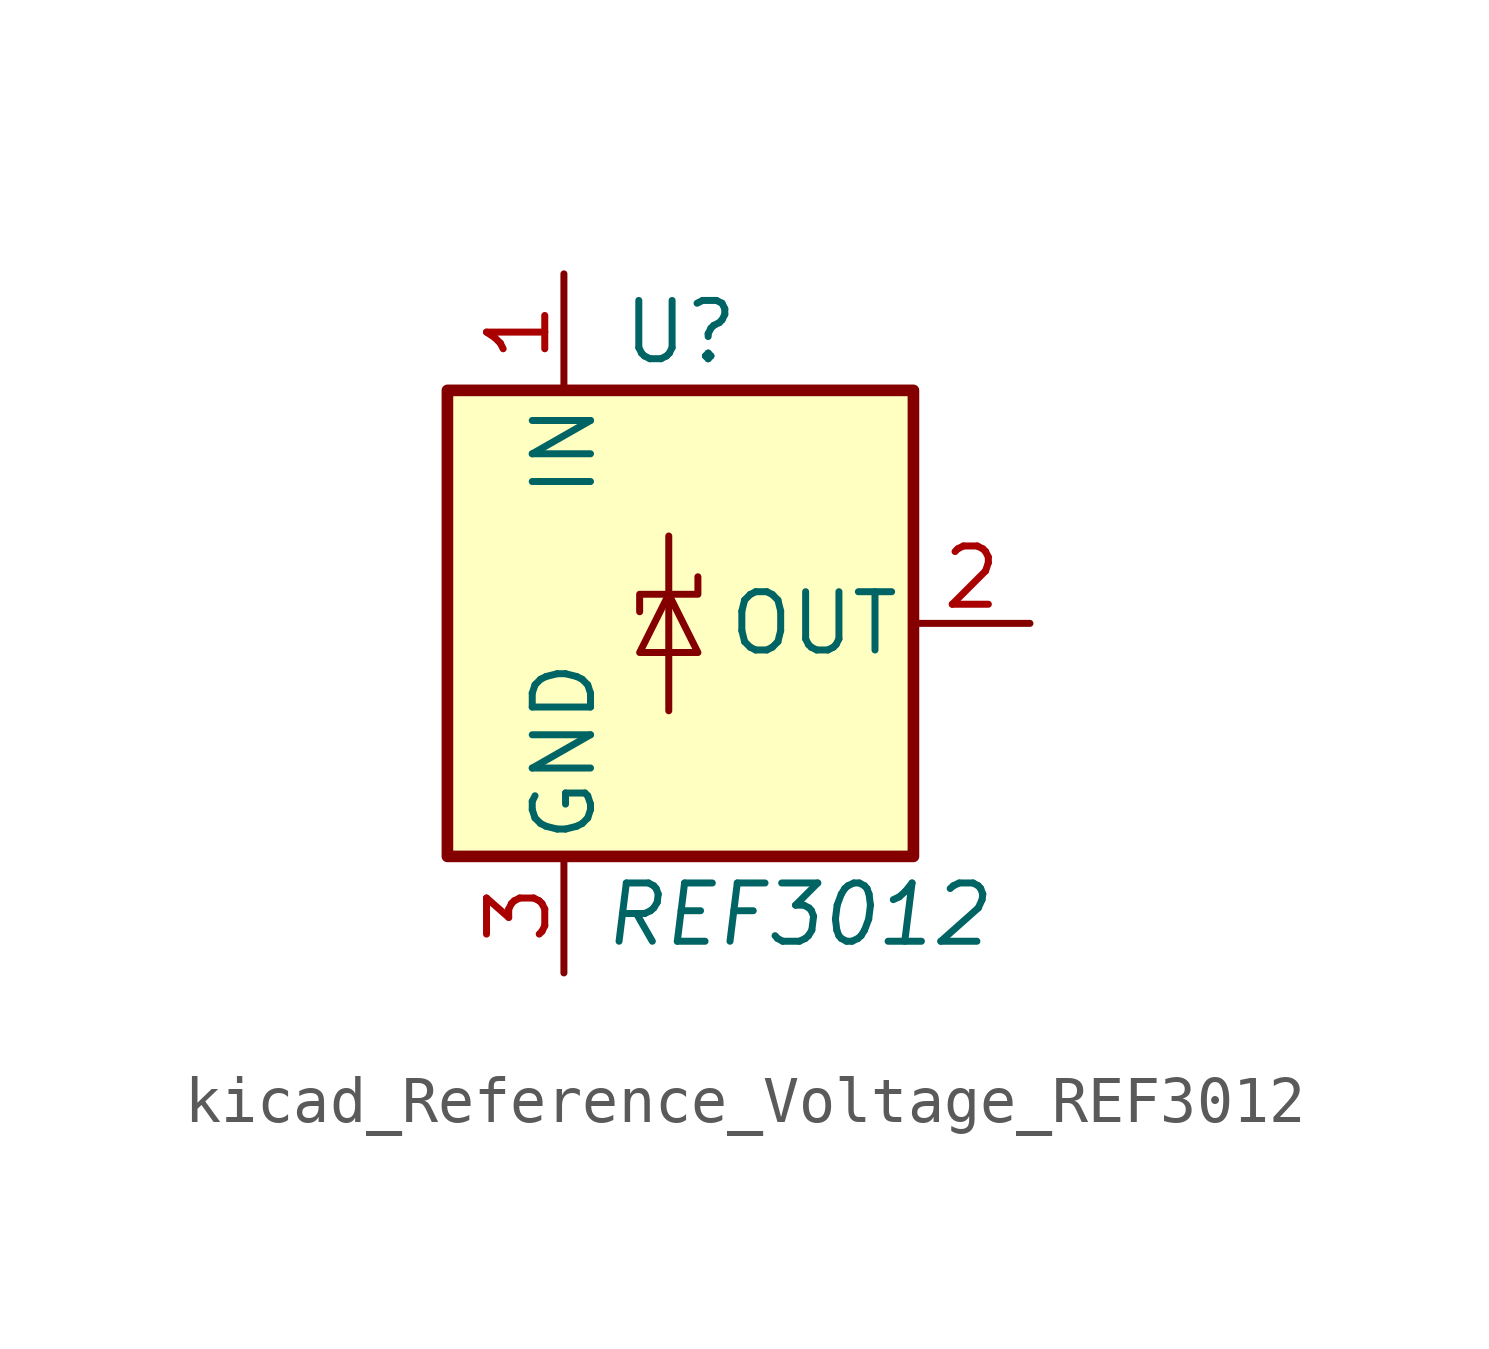
<source format=kicad_sym>
(kicad_symbol_lib
  (version 20220914)
  (generator kicad_symbol_editor)
  (symbol "kicad_Reference_Voltage_REF3012"
    (pin_names
      (offset 0.254))
    (property "Reference" "U"
      (at 0 6.35 0)
      (effects (font (size 1.27 1.27))))
    (property "Value" "REF3012"
      (at 2.54 -6.35 0)
      (effects (font (size 1.27 1.27) italic)))
    (symbol "kicad_Reference_Voltage_REF3012_0_1"
      (rectangle (start -5.08 5.08) (end 5.08 -5.08) (stroke (width 0.254) (type default)) (fill (type background)))
      (polyline (pts (xy -0.254 1.905) (xy -0.254 -1.905)) (stroke (width 0) (type default)) (fill (type none)))
      (polyline (pts (xy -0.889 -0.635) (xy 0.381 -0.635) (xy -0.254 0.635) (xy -0.889 -0.635)) (stroke (width 0) (type default)) (fill (type none)))
      (polyline (pts (xy 0.381 1.016) (xy 0.381 0.635) (xy -0.889 0.635) (xy -0.889 0.254)) (stroke (width 0) (type default)) (fill (type none))))
    (symbol "kicad_Reference_Voltage_REF3012_1_1"
      (pin power_in line (at -2.54 7.62 270) (length 2.54) (name "IN" (effects (font (size 1.27 1.27)))) (number "1" (effects (font (size 1.27 1.27)))))
      (pin power_out line (at 7.62 0 180) (length 2.54) (name "OUT" (effects (font (size 1.27 1.27)))) (number "2" (effects (font (size 1.27 1.27)))))
      (pin power_in line (at -2.54 -7.62 90) (length 2.54) (name "GND" (effects (font (size 1.27 1.27)))) (number "3" (effects (font (size 1.27 1.27))))))))
</source>
